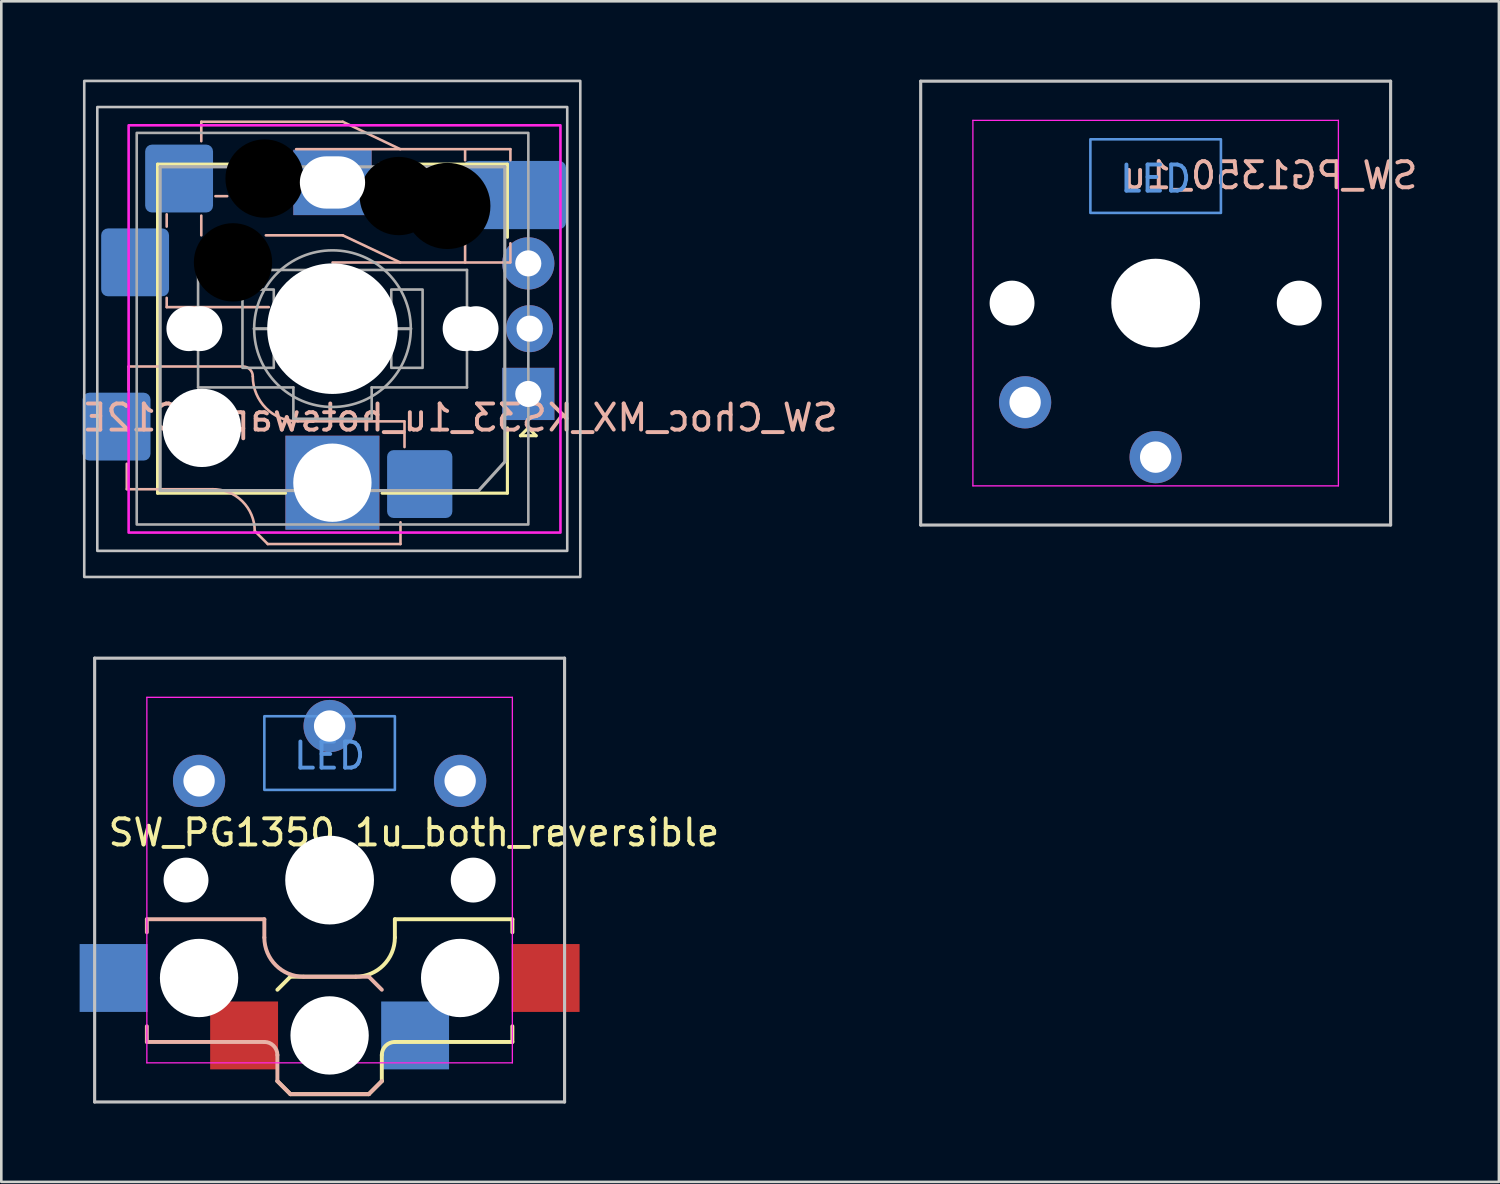
<source format=kicad_pcb>
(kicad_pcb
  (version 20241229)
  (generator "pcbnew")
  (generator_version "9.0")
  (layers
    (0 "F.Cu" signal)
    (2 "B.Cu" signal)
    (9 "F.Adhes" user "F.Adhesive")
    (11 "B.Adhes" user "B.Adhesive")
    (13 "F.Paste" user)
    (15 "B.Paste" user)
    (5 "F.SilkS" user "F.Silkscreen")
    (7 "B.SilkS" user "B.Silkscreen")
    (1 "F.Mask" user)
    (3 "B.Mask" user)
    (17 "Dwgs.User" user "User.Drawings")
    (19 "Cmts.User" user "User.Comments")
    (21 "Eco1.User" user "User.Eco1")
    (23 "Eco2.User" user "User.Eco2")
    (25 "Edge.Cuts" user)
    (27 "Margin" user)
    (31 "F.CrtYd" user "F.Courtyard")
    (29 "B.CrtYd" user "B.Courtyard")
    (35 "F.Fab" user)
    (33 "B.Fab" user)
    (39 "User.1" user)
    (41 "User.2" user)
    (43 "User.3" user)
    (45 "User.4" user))
  (footprint "SW_PG1350_1u_both_reversible"
    (layer "F.Cu")
    (at 9.575 30.66)
    (property "Reference" "SW_PG1350_1u_both_reversible" (at 3.23 -1.82 0) (layer "F.SilkS") (effects (font (size 1 1) (thickness 0.15))))
    (attr smd exclude_from_pos_files exclude_from_bom)
    (fp_line (start -2 4.2) (end -1.5 3.7) (stroke (width 0.15) (type solid)) (layer "F.SilkS"))
    (fp_line (start -2 7.7) (end -1.5 8.2) (stroke (width 0.15) (type solid)) (layer "F.SilkS"))
    (fp_line (start -1.5 3.7) (end 1 3.7) (stroke (width 0.15) (type solid)) (layer "F.SilkS"))
    (fp_line (start -1.5 8.2) (end 1.5 8.2) (stroke (width 0.15) (type solid)) (layer "F.SilkS"))
    (fp_line (start 1.5 8.2) (end 2 7.7) (stroke (width 0.15) (type solid)) (layer "F.SilkS"))
    (fp_line (start 2 6.7) (end 2 7.7) (stroke (width 0.15) (type solid)) (layer "F.SilkS"))
    (fp_line (start 2.5 1.5) (end 7 1.5) (stroke (width 0.15) (type solid)) (layer "F.SilkS"))
    (fp_line (start 2.5 2.2) (end 2.5 1.5) (stroke (width 0.15) (type solid)) (layer "F.SilkS"))
    (fp_line (start 7 1.5) (end 7 2) (stroke (width 0.15) (type solid)) (layer "F.SilkS"))
    (fp_line (start 7 5.6) (end 7 6.2) (stroke (width 0.15) (type solid)) (layer "F.SilkS"))
    (fp_line (start 7 6.2) (end 2.5 6.2) (stroke (width 0.15) (type solid)) (layer "F.SilkS"))
    (fp_arc (start 2 6.7) (mid 2.146447 6.346447) (end 2.5 6.2) (stroke (width 0.15) (type solid)) (layer "F.SilkS"))
    (fp_arc (start 2.5 2.2) (mid 2.06066 3.26066) (end 1 3.7) (stroke (width 0.15) (type solid)) (layer "F.SilkS"))
    (fp_line (start -7 1.5) (end -7 2) (stroke (width 0.15) (type solid)) (layer "B.SilkS"))
    (fp_line (start -7 5.6) (end -7 6.2) (stroke (width 0.15) (type solid)) (layer "B.SilkS"))
    (fp_line (start -7 6.2) (end -2.5 6.2) (stroke (width 0.15) (type solid)) (layer "B.SilkS"))
    (fp_line (start -2.5 1.5) (end -7 1.5) (stroke (width 0.15) (type solid)) (layer "B.SilkS"))
    (fp_line (start -2.5 2.2) (end -2.5 1.5) (stroke (width 0.15) (type solid)) (layer "B.SilkS"))
    (fp_line (start -2 6.7) (end -2 7.7) (stroke (width 0.15) (type solid)) (layer "B.SilkS"))
    (fp_line (start -1.5 8.2) (end -2 7.7) (stroke (width 0.15) (type solid)) (layer "B.SilkS"))
    (fp_line (start 1.5 3.7) (end -1 3.7) (stroke (width 0.15) (type solid)) (layer "B.SilkS"))
    (fp_line (start 1.5 8.2) (end -1.5 8.2) (stroke (width 0.15) (type solid)) (layer "B.SilkS"))
    (fp_line (start 2 4.2) (end 1.5 3.7) (stroke (width 0.15) (type solid)) (layer "B.SilkS"))
    (fp_line (start 2 7.7) (end 1.5 8.2) (stroke (width 0.15) (type solid)) (layer "B.SilkS"))
    (fp_arc (start -2.5 6.2) (mid -2.146447 6.346447) (end -2 6.7) (stroke (width 0.15) (type solid)) (layer "B.SilkS"))
    (fp_arc (start -1 3.7) (mid -2.06066 3.26066) (end -2.5 2.2) (stroke (width 0.15) (type solid)) (layer "B.SilkS"))
    (fp_line (start -9 -8.5) (end 9 -8.5) (stroke (width 0.12) (type solid)) (layer "Dwgs.User"))
    (fp_line (start -9 8.5) (end -9 -8.5) (stroke (width 0.12) (type solid)) (layer "Dwgs.User"))
    (fp_line (start 9 -8.5) (end 9 8.5) (stroke (width 0.12) (type solid)) (layer "Dwgs.User"))
    (fp_line (start 9 8.5) (end -9 8.5) (stroke (width 0.12) (type solid)) (layer "Dwgs.User"))
    (fp_rect (start -2.5 -6.275) (end 2.5 -3.455) (stroke (width 0.1) (type default)) (fill no) (layer "Cmts.User"))
    (fp_line (start -7.5 -7.5) (end 7.5 -7.5) (stroke (width 0.15) (type solid)) (layer "Eco2.User"))
    (fp_line (start -7.5 7.5) (end -7.5 -7.5) (stroke (width 0.15) (type solid)) (layer "Eco2.User"))
    (fp_line (start -6.95 6.45) (end -6.95 -6.45) (stroke (width 0.05) (type solid)) (layer "Eco2.User"))
    (fp_line (start -6.45 -6.95) (end 6.45 -6.95) (stroke (width 0.05) (type solid)) (layer "Eco2.User"))
    (fp_line (start 6.45 6.95) (end -6.45 6.95) (stroke (width 0.05) (type solid)) (layer "Eco2.User"))
    (fp_line (start 6.95 -6.45) (end 6.95 6.45) (stroke (width 0.05) (type solid)) (layer "Eco2.User"))
    (fp_line (start 7.5 -7.5) (end 7.5 7.5) (stroke (width 0.15) (type solid)) (layer "Eco2.User"))
    (fp_line (start 7.5 7.5) (end -7.5 7.5) (stroke (width 0.15) (type solid)) (layer "Eco2.User"))
    (fp_arc (start -6.95 -6.45) (mid -6.803553 -6.803553) (end -6.45 -6.95) (stroke (width 0.05) (type solid)) (layer "Eco2.User"))
    (fp_arc (start -6.45 6.95) (mid -6.803553 6.803553) (end -6.95 6.45) (stroke (width 0.05) (type solid)) (layer "Eco2.User"))
    (fp_arc (start 6.45 -6.95) (mid 6.803553 -6.803553) (end 6.95 -6.45) (stroke (width 0.05) (type solid)) (layer "Eco2.User"))
    (fp_arc (start 6.95 6.45) (mid 6.803553 6.803553) (end 6.45 6.95) (stroke (width 0.05) (type solid)) (layer "Eco2.User"))
    (fp_line (start -7 -7) (end 7 -7) (stroke (width 0.05) (type solid)) (layer "F.CrtYd"))
    (fp_line (start -7 7) (end -7 -7) (stroke (width 0.05) (type solid)) (layer "F.CrtYd"))
    (fp_line (start 7 -7) (end 7 7) (stroke (width 0.05) (type solid)) (layer "F.CrtYd"))
    (fp_line (start 7 7) (end -7 7) (stroke (width 0.05) (type solid)) (layer "F.CrtYd"))
    (fp_text user "LED" (at 0 -4.763 0) (unlocked yes) (layer "Cmts.User") (effects (font (size 1 1) (thickness 0.15))))
    (pad "" np_thru_hole circle (at -5.5 0) (size 1.72 1.72) (drill 1.72) (layers "*.Cu" "*.Mask"))
    (pad "" np_thru_hole circle (at -5 3.75) (size 3 3) (drill 3) (layers "*.Cu" "*.Mask"))
    (pad "" np_thru_hole circle (at 0 0 180) (size 3.4 3.4) (drill 3.4) (layers "*.Cu" "*.Mask"))
    (pad "" np_thru_hole circle (at 0 5.95) (size 3 3) (drill 3) (layers "*.Cu" "*.Mask"))
    (pad "" np_thru_hole circle (at 5 3.75) (size 3 3) (drill 3) (layers "*.Cu" "*.Mask"))
    (pad "" np_thru_hole circle (at 5.5 0) (size 1.72 1.72) (drill 1.72) (layers "*.Cu" "*.Mask"))
    (pad "1" smd rect (at -3.275 5.95) (size 2.6 2.6) (layers "F.Cu" "F.Mask" "F.Paste"))
    (pad "1" thru_hole circle (at 0 -5.9) (size 2 2) (drill 1.2) (layers "*.Cu" "B.Mask"))
    (pad "1" smd rect (at 3.275 5.95) (size 2.6 2.6) (layers "B.Cu" "B.Mask" "B.Paste"))
    (pad "2" smd rect (at -8.275 3.75) (size 2.6 2.6) (layers "B.Cu" "B.Mask" "B.Paste"))
    (pad "2" thru_hole circle (at -5 -3.8) (size 2 2) (drill 1.2) (layers "*.Cu" "B.Mask"))
    (pad "2" thru_hole circle (at 5 -3.8) (size 2 2) (drill 1.2) (layers "*.Cu" "B.Mask"))
    (pad "2" smd rect (at 8.275 3.75) (size 2.6 2.6) (layers "F.Cu" "F.Mask" "F.Paste")))
  (footprint "SW_PG1350_1u"
    (layer "F.Cu")
    (at 41.215 8.56)
    (property "Reference" "SW_PG1350_1u" (at 4.38 -4.89 0) (layer "B.SilkS") (effects (font (size 1 1) (thickness 0.15)) (justify mirror)))
    (attr through_hole exclude_from_pos_files exclude_from_bom)
    (fp_line (start -9 -8.5) (end 9 -8.5) (stroke (width 0.12) (type solid)) (layer "Dwgs.User"))
    (fp_line (start -9 8.5) (end -9 -8.5) (stroke (width 0.12) (type solid)) (layer "Dwgs.User"))
    (fp_line (start 9 -8.5) (end 9 8.5) (stroke (width 0.12) (type solid)) (layer "Dwgs.User"))
    (fp_line (start 9 8.5) (end -9 8.5) (stroke (width 0.12) (type solid)) (layer "Dwgs.User"))
    (fp_rect (start -2.5 -6.275) (end 2.5 -3.455) (stroke (width 0.1) (type default)) (fill no) (layer "Cmts.User"))
    (fp_line (start -7.5 -7.5) (end 7.5 -7.5) (stroke (width 0.15) (type solid)) (layer "Eco2.User"))
    (fp_line (start -7.5 7.5) (end -7.5 -7.5) (stroke (width 0.15) (type solid)) (layer "Eco2.User"))
    (fp_line (start -6.95 6.45) (end -6.95 -6.45) (stroke (width 0.05) (type solid)) (layer "Eco2.User"))
    (fp_line (start -6.45 -6.95) (end 6.45 -6.95) (stroke (width 0.05) (type solid)) (layer "Eco2.User"))
    (fp_line (start 6.45 6.95) (end -6.45 6.95) (stroke (width 0.05) (type solid)) (layer "Eco2.User"))
    (fp_line (start 6.95 -6.45) (end 6.95 6.45) (stroke (width 0.05) (type solid)) (layer "Eco2.User"))
    (fp_line (start 7.5 -7.5) (end 7.5 7.5) (stroke (width 0.15) (type solid)) (layer "Eco2.User"))
    (fp_line (start 7.5 7.5) (end -7.5 7.5) (stroke (width 0.15) (type solid)) (layer "Eco2.User"))
    (fp_arc (start -6.95 -6.45) (mid -6.803553 -6.803553) (end -6.45 -6.95) (stroke (width 0.05) (type solid)) (layer "Eco2.User"))
    (fp_arc (start -6.45 6.95) (mid -6.803553 6.803553) (end -6.95 6.45) (stroke (width 0.05) (type solid)) (layer "Eco2.User"))
    (fp_arc (start 6.45 -6.95) (mid 6.803553 -6.803553) (end 6.95 -6.45) (stroke (width 0.05) (type solid)) (layer "Eco2.User"))
    (fp_arc (start 6.95 6.45) (mid 6.803553 6.803553) (end 6.45 6.95) (stroke (width 0.05) (type solid)) (layer "Eco2.User"))
    (fp_line (start -7 -7) (end 7 -7) (stroke (width 0.05) (type solid)) (layer "F.CrtYd"))
    (fp_line (start -7 7) (end -7 -7) (stroke (width 0.05) (type solid)) (layer "F.CrtYd"))
    (fp_line (start 7 -7) (end 7 7) (stroke (width 0.05) (type solid)) (layer "F.CrtYd"))
    (fp_line (start 7 7) (end -7 7) (stroke (width 0.05) (type solid)) (layer "F.CrtYd"))
    (fp_text user "LED" (at 0 -4.763 0) (unlocked yes) (layer "Cmts.User") (effects (font (size 1 1) (thickness 0.15))))
    (pad "" np_thru_hole circle (at -5.5 0) (size 1.72 1.72) (drill 1.72) (layers "*.Cu" "*.Mask"))
    (pad "" np_thru_hole circle (at 0 0 180) (size 3.4 3.4) (drill 3.4) (layers "*.Cu" "*.Mask"))
    (pad "" np_thru_hole circle (at 5.5 0) (size 1.72 1.72) (drill 1.72) (layers "*.Cu" "*.Mask"))
    (pad "1" thru_hole circle (at 0 5.9 180) (size 2 2) (drill 1.2) (layers "*.Cu" "B.Mask"))
    (pad "2" thru_hole circle (at -5 3.8 180) (size 2 2) (drill 1.2) (layers "*.Cu" "B.Mask")))
  (footprint "SW_Choc_MX_KS33_1u_hotswap_EC12E"
    (layer "F.Cu")
    (at 9.677 9.55)
    (property "Reference" "SW_Choc_MX_KS33_1u_hotswap_EC12E" (at 4.9 3.4 0) (layer "B.SilkS") (effects (font (size 1 1) (thickness 0.15)) (justify mirror)))
    (attr smd exclude_from_pos_files exclude_from_bom)
    (fp_line (start -6.692 -6.311) (end -1.792 -6.311) (stroke (width 0.12) (type solid)) (layer "F.SilkS"))
    (fp_line (start -6.692 6.289) (end -6.692 -6.311) (stroke (width 0.12) (type solid)) (layer "F.SilkS"))
    (fp_line (start -1.792 6.289) (end -6.692 6.289) (stroke (width 0.12) (type solid)) (layer "F.SilkS"))
    (fp_line (start 1.808 -6.311) (end 6.708 -6.311) (stroke (width 0.12) (type solid)) (layer "F.SilkS"))
    (fp_line (start 1.908 6.289) (end 6.708 6.289) (stroke (width 0.12) (type solid)) (layer "F.SilkS"))
    (fp_line (start 6.708 -6.311) (end 6.708 -3.511) (stroke (width 0.12) (type solid)) (layer "F.SilkS"))
    (fp_line (start 6.708 6.289) (end 6.708 3.789) (stroke (width 0.12) (type solid)) (layer "F.SilkS"))
    (fp_line (start 7.208 4.089) (end 7.508 3.789) (stroke (width 0.12) (type solid)) (layer "F.SilkS"))
    (fp_line (start 7.508 3.789) (end 7.808 4.089) (stroke (width 0.12) (type solid)) (layer "F.SilkS"))
    (fp_line (start 7.808 4.089) (end 7.208 4.089) (stroke (width 0.12) (type solid)) (layer "F.SilkS"))
    (fp_line (start -7.87 6.139) (end -4.595 6.139) (stroke (width 0.1) (type default)) (layer "B.SilkS"))
    (fp_line (start -7.87 6.13) (end -7.87 5.163) (stroke (width 0.1) (type default)) (layer "B.SilkS"))
    (fp_line (start -7.8 1.439) (end -3.42 1.439) (stroke (width 0.1) (type default)) (layer "B.SilkS"))
    (fp_line (start -7.798 1.44) (end -7.798 2.342) (stroke (width 0.1) (type default)) (layer "B.SilkS"))
    (fp_line (start -6.342 -3.921) (end -6.342 -4.391) (stroke (width 0.1) (type solid)) (layer "B.SilkS"))
    (fp_line (start -6.342 -0.836) (end -6.342 -1.191) (stroke (width 0.1) (type solid)) (layer "B.SilkS"))
    (fp_line (start -6.342 -0.836) (end -2.43 -0.836) (stroke (width 0.1) (type solid)) (layer "B.SilkS"))
    (fp_line (start -5.017 -7.936) (end 0.398 -7.936) (stroke (width 0.1) (type solid)) (layer "B.SilkS"))
    (fp_line (start -5.017 -7.191) (end -5.017 -7.936) (stroke (width 0.1) (type solid)) (layer "B.SilkS"))
    (fp_line (start -5.017 -3.586) (end -5.017 -4.341) (stroke (width 0.1) (type solid)) (layer "B.SilkS"))
    (fp_line (start -4.475 -5.086) (end -4.025 -5.086) (stroke (width 0.1) (type solid)) (layer "B.SilkS"))
    (fp_line (start -2.545 -3.586) (end 0.403 -3.586) (stroke (width 0.1) (type solid)) (layer "B.SilkS"))
    (fp_line (start -2.47 8.239) (end -2.97 7.739) (stroke (width 0.1) (type default)) (layer "B.SilkS"))
    (fp_line (start -1.32 3.539) (end 2.76 3.539) (stroke (width 0.1) (type default)) (layer "B.SilkS"))
    (fp_line (start 2.603 -6.886) (end 0.403 -7.936) (stroke (width 0.1) (type solid)) (layer "B.SilkS"))
    (fp_line (start 2.603 -2.546) (end 0.403 -3.586) (stroke (width 0.1) (type solid)) (layer "B.SilkS"))
    (fp_line (start 2.61 8.239) (end -2.47 8.239) (stroke (width 0.1) (type default)) (layer "B.SilkS"))
    (fp_line (start 2.613 7.406) (end 2.613 8.239) (stroke (width 0.1) (type default)) (layer "B.SilkS"))
    (fp_line (start 2.767 4.525) (end 2.767 3.539) (stroke (width 0.1) (type default)) (layer "B.SilkS"))
    (fp_line (start 5.088 -3.291) (end 5.088 -2.546) (stroke (width 0.1) (type solid)) (layer "B.SilkS"))
    (fp_line (start 5.088 -6.461) (end 5.088 -6.881) (stroke (width 0.1) (type solid)) (layer "B.SilkS"))
    (fp_line (start 6.815 -2.546) (end 0.01 -2.546) (stroke (width 0.1) (type solid)) (layer "B.SilkS"))
    (fp_line (start 6.823 -6.886) (end -1.385 -6.886) (stroke (width 0.1) (type solid)) (layer "B.SilkS"))
    (fp_line (start 6.823 -6.461) (end 6.823 -6.886) (stroke (width 0.1) (type solid)) (layer "B.SilkS"))
    (fp_line (start 6.823 -2.551) (end 6.823 -3.281) (stroke (width 0.1) (type solid)) (layer "B.SilkS"))
    (fp_arc (start -4.594859 6.138552) (mid -3.447224 6.598239) (end -2.969664 7.738552) (stroke (width 0.1) (type default)) (layer "B.SilkS"))
    (fp_arc (start -3.419664 1.438552) (mid -3.154499 1.548387) (end -3.044664 1.813552) (stroke (width 0.1) (type default)) (layer "B.SilkS"))
    (fp_arc (start -1.319664 3.538552) (mid -2.539423 3.033311) (end -3.044664 1.813552) (stroke (width 0.1) (type default)) (layer "B.SilkS"))
    (fp_rect (start -9.5 -9.5) (end 9.5 9.5) (stroke (width 0.1) (type default)) (fill no) (layer "Dwgs.User"))
    (fp_rect (start -9 -8.5) (end 9 8.5) (stroke (width 0.1) (type default)) (fill no) (layer "Dwgs.User"))
    (fp_rect (start -7.495 7.489) (end 7.505 -7.511) (stroke (width 0.1) (type solid)) (fill no) (layer "Eco2.User"))
    (fp_rect (start -7.8 -7.8) (end 8.74 7.8) (stroke (width 0.1) (type default)) (fill no) (layer "F.CrtYd"))
    (fp_line (start -6.592 -6.211) (end 6.608 -6.211) (stroke (width 0.12) (type solid)) (layer "F.Fab"))
    (fp_line (start -6.592 6.189) (end -6.592 -6.211) (stroke (width 0.12) (type solid)) (layer "F.Fab"))
    (fp_line (start -5.14 -2.26) (end -5.14 2.24) (stroke (width 0.1) (type default)) (layer "F.Fab"))
    (fp_line (start -5.14 -2.26) (end 5.16 -2.26) (stroke (width 0.1) (type default)) (layer "F.Fab"))
    (fp_line (start -5.14 2.24) (end -1.49 2.24) (stroke (width 0.1) (type default)) (layer "F.Fab"))
    (fp_line (start -1.49 3.44) (end -1.49 2.24) (stroke (width 0.1) (type default)) (layer "F.Fab"))
    (fp_line (start 1.51 2.24) (end 1.51 3.44) (stroke (width 0.1) (type default)) (layer "F.Fab"))
    (fp_line (start 1.51 3.44) (end -1.49 3.44) (stroke (width 0.1) (type default)) (layer "F.Fab"))
    (fp_line (start 3.008 -0.011) (end -2.992 -0.011) (stroke (width 0.12) (type solid)) (layer "F.Fab"))
    (fp_line (start 5.16 -2.26) (end 5.16 2.24) (stroke (width 0.1) (type default)) (layer "F.Fab"))
    (fp_line (start 5.16 2.24) (end 1.51 2.24) (stroke (width 0.1) (type default)) (layer "F.Fab"))
    (fp_line (start 5.608 6.189) (end -6.592 6.189) (stroke (width 0.12) (type solid)) (layer "F.Fab"))
    (fp_line (start 6.608 -6.211) (end 6.608 5.089) (stroke (width 0.12) (type solid)) (layer "F.Fab"))
    (fp_line (start 6.608 5.089) (end 5.608 6.189) (stroke (width 0.12) (type solid)) (layer "F.Fab"))
    (fp_rect (start -7.49 -7.51) (end 7.51 7.49) (stroke (width 0.1) (type solid)) (fill no) (layer "F.Fab"))
    (fp_rect (start -2.24 -1.51) (end -3.44 1.49) (stroke (width 0.1) (type default)) (fill no) (layer "F.Fab"))
    (fp_rect (start 3.46 -1.51) (end 2.26 1.49) (stroke (width 0.1) (type default)) (fill no) (layer "F.Fab"))
    (fp_circle (center 0.008 -0.011) (end 3.008 -0.011) (stroke (width 0.1) (type solid)) (fill no) (layer "F.Fab"))
    (fp_poly (pts (xy -2.04 0.64) (xy -0.69 0.64) (xy -0.69 1.99) (xy 0.61 1.99) (xy 0.61 0.64) (xy 1.96 0.64) (xy 1.96 -0.66) (xy 0.61 -0.66) (xy 0.61 -2.01) (xy -0.69 -2.01) (xy -0.69 -0.66) (xy -2.04 -0.66)) (stroke (width 0.1) (type solid)) (fill no) (layer "F.Fab"))
    (pad "" np_thru_hole circle (at -5.492 -0.011 180) (size 1.72 1.72) (drill 1.72) (layers "*.Cu" "*.Mask"))
    (pad "" np_thru_hole circle (at -5.072 -0.011) (size 1.72 1.72) (drill 1.72) (layers "*.Cu" "*.Mask"))
    (pad "" np_thru_hole circle (at -4.995 3.789) (size 3 3) (drill 3) (layers "*.Cu" "*.Mask"))
    (pad "" np_thru_hole circle (at -3.802 -2.551 180) (size 3 3) (drill 3) (layers "*.Mask"))
    (pad "" np_thru_hole circle (at -2.592 -5.761 180) (size 3 3) (drill 3) (layers "*.Mask"))
    (pad "" np_thru_hole circle (at 0.008 -0.011 180) (size 5 5) (drill 5) (layers "*.Cu" "*.Mask"))
    (pad "" np_thru_hole circle (at 2.548 -5.091 180) (size 3 3) (drill 3) (layers "*.Mask"))
    (pad "" np_thru_hole circle (at 4.408 -4.711 180) (size 3.3 3.3) (drill 3.3) (layers "*.Mask"))
    (pad "" np_thru_hole circle (at 5.088 -0.011) (size 1.72 1.72) (drill 1.72) (layers "*.Cu" "*.Mask"))
    (pad "" np_thru_hole circle (at 5.508 -0.011 180) (size 1.72 1.72) (drill 1.72) (layers "*.Cu" "*.Mask"))
    (pad "A" thru_hole rect (at 7.508 2.489 180) (size 2 2) (drill 1) (layers "*.Cu" "*.Mask"))
    (pad "B" thru_hole circle (at 7.508 -2.511 180) (size 2 2) (drill 1) (layers "*.Cu" "*.Mask"))
    (pad "C" thru_hole circle (at 7.558 -0.011 180) (size 1.8 1.8) (drill 1) (layers "*.Cu" "*.Mask"))
    (pad "MP" thru_hole rect (at 0.005 5.889) (size 3.6 3.6) (drill 3) (layers "*.Cu" "*.Mask"))
    (pad "MP" thru_hole rect (at 0.008 -5.611 180) (size 3 2.5) (drill oval 2.5 2) (layers "*.Cu" "*.Mask"))
    (pad "S1" smd roundrect (at 3.35 5.941) (size 2.5 2.6) (layers "B.Cu" "B.Mask" "B.Paste") (roundrect_rratio 0.1))
    (pad "S1" smd roundrect (at 6.974 -5.13 180) (size 3.958 2.611) (layers "B.Cu" "B.Mask" "B.Paste") (roundrect_rratio 0.1))
    (pad "S2" smd roundrect (at -8.262 3.741) (size 2.6 2.6) (layers "B.Cu" "B.Mask" "B.Paste") (roundrect_rratio 0.1))
    (pad "S2" smd roundrect (at -7.552 -2.551) (size 2.6 2.6) (layers "B.Cu" "B.Mask" "B.Paste") (roundrect_rratio 0.1))
    (pad "S2" smd roundrect (at -5.867 -5.761 180) (size 2.6 2.6) (layers "B.Cu" "B.Mask" "B.Paste") (roundrect_rratio 0.1)))
  (gr_rect
    (start -3 -3)
    (end 54.363 42.22)
    (stroke (width 0.1) (type default))
    (fill no)
    (layer "Edge.Cuts")))
</source>
